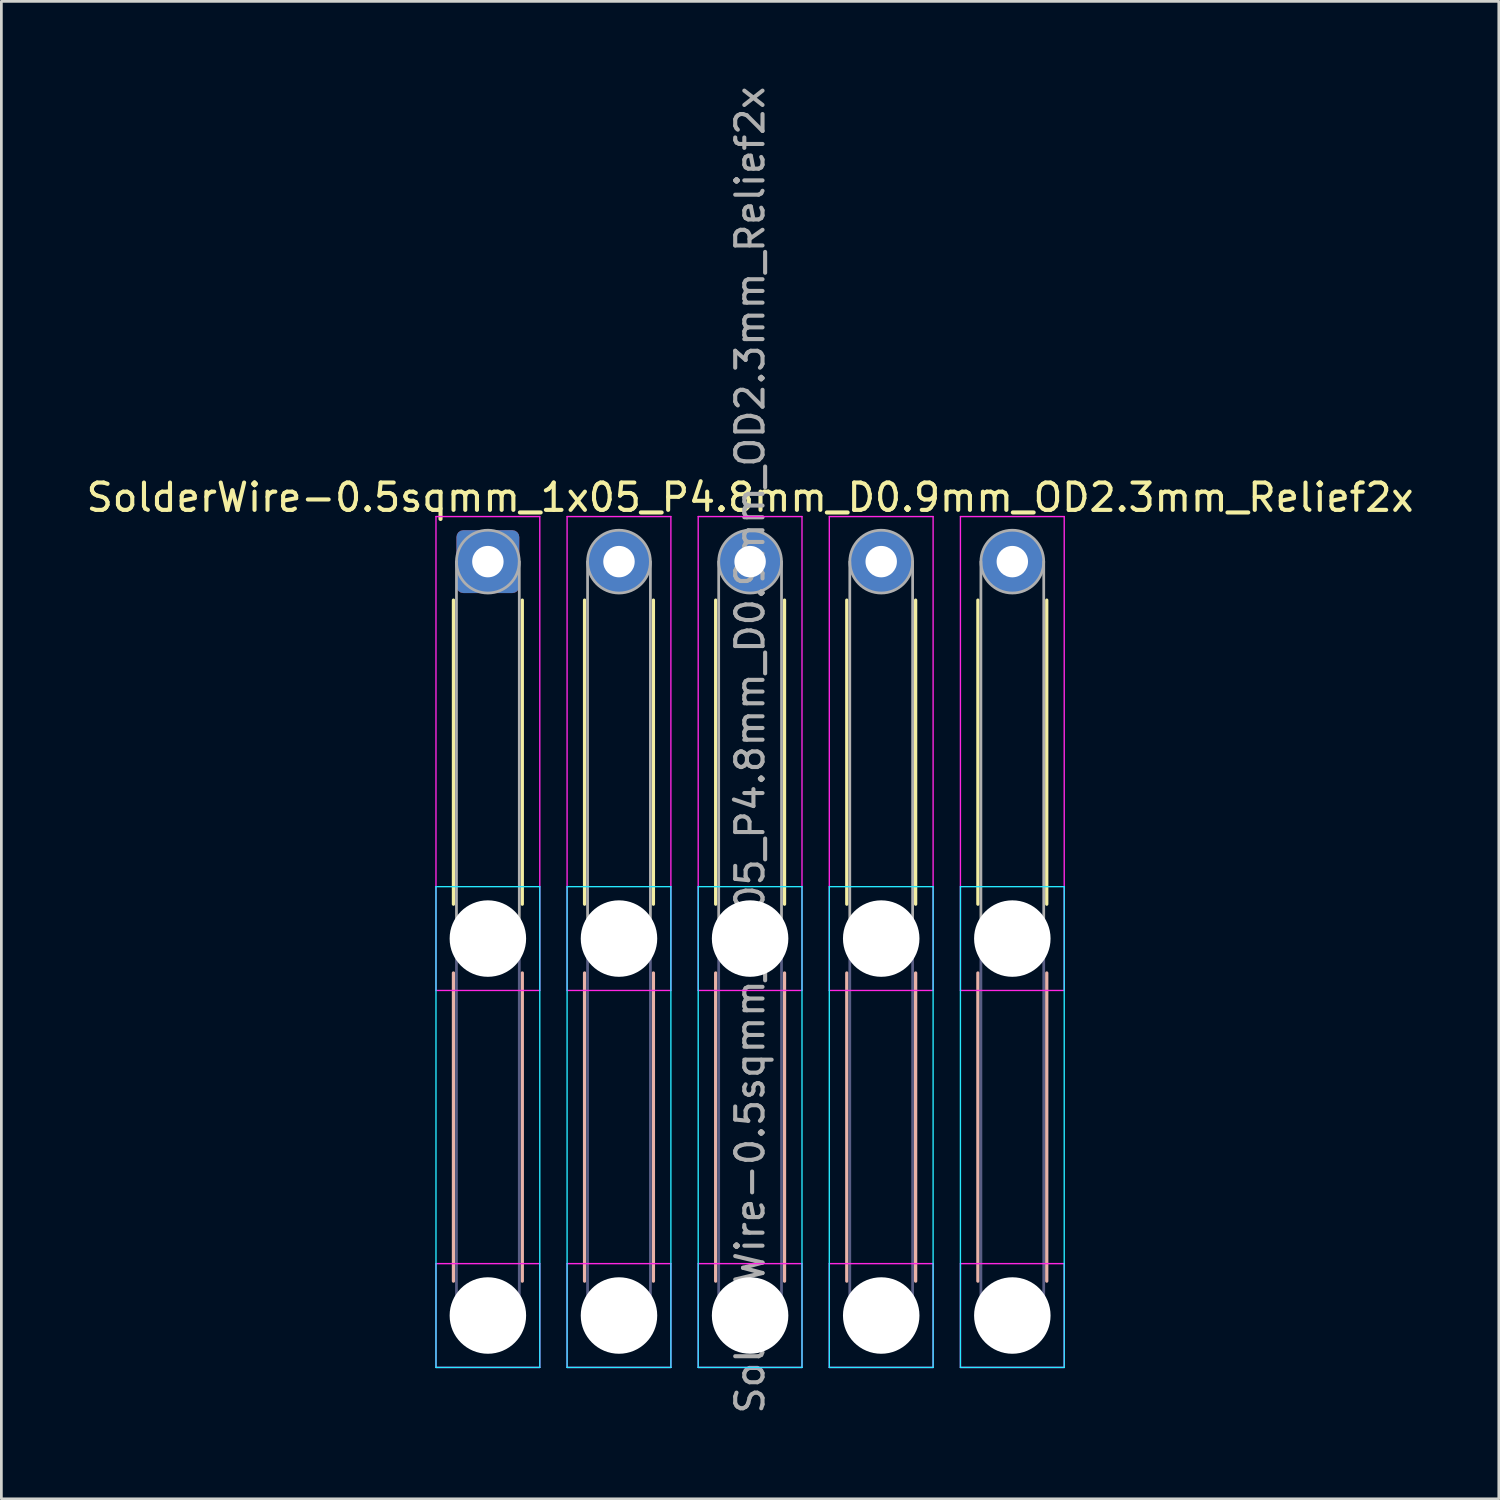
<source format=kicad_pcb>
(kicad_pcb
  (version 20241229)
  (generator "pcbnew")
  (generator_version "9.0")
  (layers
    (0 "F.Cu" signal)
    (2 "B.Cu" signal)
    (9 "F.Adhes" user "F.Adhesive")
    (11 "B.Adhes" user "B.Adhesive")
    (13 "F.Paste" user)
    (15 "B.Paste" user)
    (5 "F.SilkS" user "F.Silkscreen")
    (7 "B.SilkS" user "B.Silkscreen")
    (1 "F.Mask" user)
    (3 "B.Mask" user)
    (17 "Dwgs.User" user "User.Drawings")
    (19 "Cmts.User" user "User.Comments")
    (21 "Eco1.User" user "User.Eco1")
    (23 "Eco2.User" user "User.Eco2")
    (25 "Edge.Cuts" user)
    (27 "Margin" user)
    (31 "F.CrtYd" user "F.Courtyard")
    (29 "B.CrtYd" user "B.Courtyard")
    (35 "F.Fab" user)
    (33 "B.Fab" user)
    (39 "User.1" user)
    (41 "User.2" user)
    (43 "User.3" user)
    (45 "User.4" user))
  (footprint "SolderWire-0.5sqmm_1x05_P4.8mm_D0.9mm_OD2.3mm_Relief2x"
    (layer "F.Cu")
    (at 14.811 17.511)
    (property "Reference" "SolderWire-0.5sqmm_1x05_P4.8mm_D0.9mm_OD2.3mm_Relief2x" (at 9.6 -2.35 0) (layer "F.SilkS") (effects (font (size 1 1) (thickness 0.15))))
    (attr exclude_from_pos_files exclude_from_bom)
    (fp_line (start -1.26 1.41) (end -1.26 12.54) (stroke (width 0.12) (type solid)) (layer "F.SilkS"))
    (fp_line (start 1.26 1.41) (end 1.26 12.54) (stroke (width 0.12) (type solid)) (layer "F.SilkS"))
    (fp_line (start 3.54 1.41) (end 3.54 12.54) (stroke (width 0.12) (type solid)) (layer "F.SilkS"))
    (fp_line (start 6.06 1.41) (end 6.06 12.54) (stroke (width 0.12) (type solid)) (layer "F.SilkS"))
    (fp_line (start 8.34 1.41) (end 8.34 12.54) (stroke (width 0.12) (type solid)) (layer "F.SilkS"))
    (fp_line (start 10.86 1.41) (end 10.86 12.54) (stroke (width 0.12) (type solid)) (layer "F.SilkS"))
    (fp_line (start 13.14 1.41) (end 13.14 12.54) (stroke (width 0.12) (type solid)) (layer "F.SilkS"))
    (fp_line (start 15.66 1.41) (end 15.66 12.54) (stroke (width 0.12) (type solid)) (layer "F.SilkS"))
    (fp_line (start 17.94 1.41) (end 17.94 12.54) (stroke (width 0.12) (type solid)) (layer "F.SilkS"))
    (fp_line (start 20.46 1.41) (end 20.46 12.54) (stroke (width 0.12) (type solid)) (layer "F.SilkS"))
    (fp_line (start -1.26 15.06) (end -1.26 26.34) (stroke (width 0.12) (type solid)) (layer "B.SilkS"))
    (fp_line (start 1.26 15.06) (end 1.26 26.34) (stroke (width 0.12) (type solid)) (layer "B.SilkS"))
    (fp_line (start 3.54 15.06) (end 3.54 26.34) (stroke (width 0.12) (type solid)) (layer "B.SilkS"))
    (fp_line (start 6.06 15.06) (end 6.06 26.34) (stroke (width 0.12) (type solid)) (layer "B.SilkS"))
    (fp_line (start 8.34 15.06) (end 8.34 26.34) (stroke (width 0.12) (type solid)) (layer "B.SilkS"))
    (fp_line (start 10.86 15.06) (end 10.86 26.34) (stroke (width 0.12) (type solid)) (layer "B.SilkS"))
    (fp_line (start 13.14 15.06) (end 13.14 26.34) (stroke (width 0.12) (type solid)) (layer "B.SilkS"))
    (fp_line (start 15.66 15.06) (end 15.66 26.34) (stroke (width 0.12) (type solid)) (layer "B.SilkS"))
    (fp_line (start 17.94 15.06) (end 17.94 26.34) (stroke (width 0.12) (type solid)) (layer "B.SilkS"))
    (fp_line (start 20.46 15.06) (end 20.46 26.34) (stroke (width 0.12) (type solid)) (layer "B.SilkS"))
    (fp_line (start -1.9 11.9) (end -1.9 29.5) (stroke (width 0.05) (type solid)) (layer "B.CrtYd"))
    (fp_line (start -1.9 29.5) (end 1.9 29.5) (stroke (width 0.05) (type solid)) (layer "B.CrtYd"))
    (fp_line (start 1.9 11.9) (end -1.9 11.9) (stroke (width 0.05) (type solid)) (layer "B.CrtYd"))
    (fp_line (start 1.9 29.5) (end 1.9 11.9) (stroke (width 0.05) (type solid)) (layer "B.CrtYd"))
    (fp_line (start 2.9 11.9) (end 2.9 29.5) (stroke (width 0.05) (type solid)) (layer "B.CrtYd"))
    (fp_line (start 2.9 29.5) (end 6.7 29.5) (stroke (width 0.05) (type solid)) (layer "B.CrtYd"))
    (fp_line (start 6.7 11.9) (end 2.9 11.9) (stroke (width 0.05) (type solid)) (layer "B.CrtYd"))
    (fp_line (start 6.7 29.5) (end 6.7 11.9) (stroke (width 0.05) (type solid)) (layer "B.CrtYd"))
    (fp_line (start 7.7 11.9) (end 7.7 29.5) (stroke (width 0.05) (type solid)) (layer "B.CrtYd"))
    (fp_line (start 7.7 29.5) (end 11.5 29.5) (stroke (width 0.05) (type solid)) (layer "B.CrtYd"))
    (fp_line (start 11.5 11.9) (end 7.7 11.9) (stroke (width 0.05) (type solid)) (layer "B.CrtYd"))
    (fp_line (start 11.5 29.5) (end 11.5 11.9) (stroke (width 0.05) (type solid)) (layer "B.CrtYd"))
    (fp_line (start 12.5 11.9) (end 12.5 29.5) (stroke (width 0.05) (type solid)) (layer "B.CrtYd"))
    (fp_line (start 12.5 29.5) (end 16.3 29.5) (stroke (width 0.05) (type solid)) (layer "B.CrtYd"))
    (fp_line (start 16.3 11.9) (end 12.5 11.9) (stroke (width 0.05) (type solid)) (layer "B.CrtYd"))
    (fp_line (start 16.3 29.5) (end 16.3 11.9) (stroke (width 0.05) (type solid)) (layer "B.CrtYd"))
    (fp_line (start 17.3 11.9) (end 17.3 29.5) (stroke (width 0.05) (type solid)) (layer "B.CrtYd"))
    (fp_line (start 17.3 29.5) (end 21.1 29.5) (stroke (width 0.05) (type solid)) (layer "B.CrtYd"))
    (fp_line (start 21.1 11.9) (end 17.3 11.9) (stroke (width 0.05) (type solid)) (layer "B.CrtYd"))
    (fp_line (start 21.1 29.5) (end 21.1 11.9) (stroke (width 0.05) (type solid)) (layer "B.CrtYd"))
    (fp_line (start -1.9 -1.65) (end -1.9 15.7) (stroke (width 0.05) (type solid)) (layer "F.CrtYd"))
    (fp_line (start -1.9 15.7) (end 1.9 15.7) (stroke (width 0.05) (type solid)) (layer "F.CrtYd"))
    (fp_line (start -1.9 25.7) (end -1.9 29.5) (stroke (width 0.05) (type solid)) (layer "F.CrtYd"))
    (fp_line (start -1.9 29.5) (end 1.9 29.5) (stroke (width 0.05) (type solid)) (layer "F.CrtYd"))
    (fp_line (start 1.9 -1.65) (end -1.9 -1.65) (stroke (width 0.05) (type solid)) (layer "F.CrtYd"))
    (fp_line (start 1.9 15.7) (end 1.9 -1.65) (stroke (width 0.05) (type solid)) (layer "F.CrtYd"))
    (fp_line (start 1.9 25.7) (end -1.9 25.7) (stroke (width 0.05) (type solid)) (layer "F.CrtYd"))
    (fp_line (start 1.9 29.5) (end 1.9 25.7) (stroke (width 0.05) (type solid)) (layer "F.CrtYd"))
    (fp_line (start 2.9 -1.65) (end 2.9 15.7) (stroke (width 0.05) (type solid)) (layer "F.CrtYd"))
    (fp_line (start 2.9 15.7) (end 6.7 15.7) (stroke (width 0.05) (type solid)) (layer "F.CrtYd"))
    (fp_line (start 2.9 25.7) (end 2.9 29.5) (stroke (width 0.05) (type solid)) (layer "F.CrtYd"))
    (fp_line (start 2.9 29.5) (end 6.7 29.5) (stroke (width 0.05) (type solid)) (layer "F.CrtYd"))
    (fp_line (start 6.7 -1.65) (end 2.9 -1.65) (stroke (width 0.05) (type solid)) (layer "F.CrtYd"))
    (fp_line (start 6.7 15.7) (end 6.7 -1.65) (stroke (width 0.05) (type solid)) (layer "F.CrtYd"))
    (fp_line (start 6.7 25.7) (end 2.9 25.7) (stroke (width 0.05) (type solid)) (layer "F.CrtYd"))
    (fp_line (start 6.7 29.5) (end 6.7 25.7) (stroke (width 0.05) (type solid)) (layer "F.CrtYd"))
    (fp_line (start 7.7 -1.65) (end 7.7 15.7) (stroke (width 0.05) (type solid)) (layer "F.CrtYd"))
    (fp_line (start 7.7 15.7) (end 11.5 15.7) (stroke (width 0.05) (type solid)) (layer "F.CrtYd"))
    (fp_line (start 7.7 25.7) (end 7.7 29.5) (stroke (width 0.05) (type solid)) (layer "F.CrtYd"))
    (fp_line (start 7.7 29.5) (end 11.5 29.5) (stroke (width 0.05) (type solid)) (layer "F.CrtYd"))
    (fp_line (start 11.5 -1.65) (end 7.7 -1.65) (stroke (width 0.05) (type solid)) (layer "F.CrtYd"))
    (fp_line (start 11.5 15.7) (end 11.5 -1.65) (stroke (width 0.05) (type solid)) (layer "F.CrtYd"))
    (fp_line (start 11.5 25.7) (end 7.7 25.7) (stroke (width 0.05) (type solid)) (layer "F.CrtYd"))
    (fp_line (start 11.5 29.5) (end 11.5 25.7) (stroke (width 0.05) (type solid)) (layer "F.CrtYd"))
    (fp_line (start 12.5 -1.65) (end 12.5 15.7) (stroke (width 0.05) (type solid)) (layer "F.CrtYd"))
    (fp_line (start 12.5 15.7) (end 16.3 15.7) (stroke (width 0.05) (type solid)) (layer "F.CrtYd"))
    (fp_line (start 12.5 25.7) (end 12.5 29.5) (stroke (width 0.05) (type solid)) (layer "F.CrtYd"))
    (fp_line (start 12.5 29.5) (end 16.3 29.5) (stroke (width 0.05) (type solid)) (layer "F.CrtYd"))
    (fp_line (start 16.3 -1.65) (end 12.5 -1.65) (stroke (width 0.05) (type solid)) (layer "F.CrtYd"))
    (fp_line (start 16.3 15.7) (end 16.3 -1.65) (stroke (width 0.05) (type solid)) (layer "F.CrtYd"))
    (fp_line (start 16.3 25.7) (end 12.5 25.7) (stroke (width 0.05) (type solid)) (layer "F.CrtYd"))
    (fp_line (start 16.3 29.5) (end 16.3 25.7) (stroke (width 0.05) (type solid)) (layer "F.CrtYd"))
    (fp_line (start 17.3 -1.65) (end 17.3 15.7) (stroke (width 0.05) (type solid)) (layer "F.CrtYd"))
    (fp_line (start 17.3 15.7) (end 21.1 15.7) (stroke (width 0.05) (type solid)) (layer "F.CrtYd"))
    (fp_line (start 17.3 25.7) (end 17.3 29.5) (stroke (width 0.05) (type solid)) (layer "F.CrtYd"))
    (fp_line (start 17.3 29.5) (end 21.1 29.5) (stroke (width 0.05) (type solid)) (layer "F.CrtYd"))
    (fp_line (start 21.1 -1.65) (end 17.3 -1.65) (stroke (width 0.05) (type solid)) (layer "F.CrtYd"))
    (fp_line (start 21.1 15.7) (end 21.1 -1.65) (stroke (width 0.05) (type solid)) (layer "F.CrtYd"))
    (fp_line (start 21.1 25.7) (end 17.3 25.7) (stroke (width 0.05) (type solid)) (layer "F.CrtYd"))
    (fp_line (start 21.1 29.5) (end 21.1 25.7) (stroke (width 0.05) (type solid)) (layer "F.CrtYd"))
    (fp_line (start -1.15 13.8) (end -1.15 27.6) (stroke (width 0.1) (type solid)) (layer "B.Fab"))
    (fp_line (start 1.15 13.8) (end 1.15 27.6) (stroke (width 0.1) (type solid)) (layer "B.Fab"))
    (fp_line (start 3.65 13.8) (end 3.65 27.6) (stroke (width 0.1) (type solid)) (layer "B.Fab"))
    (fp_line (start 5.95 13.8) (end 5.95 27.6) (stroke (width 0.1) (type solid)) (layer "B.Fab"))
    (fp_line (start 8.45 13.8) (end 8.45 27.6) (stroke (width 0.1) (type solid)) (layer "B.Fab"))
    (fp_line (start 10.75 13.8) (end 10.75 27.6) (stroke (width 0.1) (type solid)) (layer "B.Fab"))
    (fp_line (start 13.25 13.8) (end 13.25 27.6) (stroke (width 0.1) (type solid)) (layer "B.Fab"))
    (fp_line (start 15.55 13.8) (end 15.55 27.6) (stroke (width 0.1) (type solid)) (layer "B.Fab"))
    (fp_line (start 18.05 13.8) (end 18.05 27.6) (stroke (width 0.1) (type solid)) (layer "B.Fab"))
    (fp_line (start 20.35 13.8) (end 20.35 27.6) (stroke (width 0.1) (type solid)) (layer "B.Fab"))
    (fp_circle (center 0 13.8) (end 1.15 13.8) (stroke (width 0.1) (type solid)) (fill no) (layer "B.Fab"))
    (fp_circle (center 0 27.6) (end 1.15 27.6) (stroke (width 0.1) (type solid)) (fill no) (layer "B.Fab"))
    (fp_circle (center 4.8 13.8) (end 5.95 13.8) (stroke (width 0.1) (type solid)) (fill no) (layer "B.Fab"))
    (fp_circle (center 4.8 27.6) (end 5.95 27.6) (stroke (width 0.1) (type solid)) (fill no) (layer "B.Fab"))
    (fp_circle (center 9.6 13.8) (end 10.75 13.8) (stroke (width 0.1) (type solid)) (fill no) (layer "B.Fab"))
    (fp_circle (center 9.6 27.6) (end 10.75 27.6) (stroke (width 0.1) (type solid)) (fill no) (layer "B.Fab"))
    (fp_circle (center 14.4 13.8) (end 15.55 13.8) (stroke (width 0.1) (type solid)) (fill no) (layer "B.Fab"))
    (fp_circle (center 14.4 27.6) (end 15.55 27.6) (stroke (width 0.1) (type solid)) (fill no) (layer "B.Fab"))
    (fp_circle (center 19.2 13.8) (end 20.35 13.8) (stroke (width 0.1) (type solid)) (fill no) (layer "B.Fab"))
    (fp_circle (center 19.2 27.6) (end 20.35 27.6) (stroke (width 0.1) (type solid)) (fill no) (layer "B.Fab"))
    (fp_line (start -1.15 0) (end -1.15 13.8) (stroke (width 0.1) (type solid)) (layer "F.Fab"))
    (fp_line (start 1.15 0) (end 1.15 13.8) (stroke (width 0.1) (type solid)) (layer "F.Fab"))
    (fp_line (start 3.65 0) (end 3.65 13.8) (stroke (width 0.1) (type solid)) (layer "F.Fab"))
    (fp_line (start 5.95 0) (end 5.95 13.8) (stroke (width 0.1) (type solid)) (layer "F.Fab"))
    (fp_line (start 8.45 0) (end 8.45 13.8) (stroke (width 0.1) (type solid)) (layer "F.Fab"))
    (fp_line (start 10.75 0) (end 10.75 13.8) (stroke (width 0.1) (type solid)) (layer "F.Fab"))
    (fp_line (start 13.25 0) (end 13.25 13.8) (stroke (width 0.1) (type solid)) (layer "F.Fab"))
    (fp_line (start 15.55 0) (end 15.55 13.8) (stroke (width 0.1) (type solid)) (layer "F.Fab"))
    (fp_line (start 18.05 0) (end 18.05 13.8) (stroke (width 0.1) (type solid)) (layer "F.Fab"))
    (fp_line (start 20.35 0) (end 20.35 13.8) (stroke (width 0.1) (type solid)) (layer "F.Fab"))
    (fp_circle (center 0 0) (end 1.15 0) (stroke (width 0.1) (type solid)) (fill no) (layer "F.Fab"))
    (fp_circle (center 0 13.8) (end 1.15 13.8) (stroke (width 0.1) (type solid)) (fill no) (layer "F.Fab"))
    (fp_circle (center 0 27.6) (end 1.15 27.6) (stroke (width 0.1) (type solid)) (fill no) (layer "F.Fab"))
    (fp_circle (center 4.8 0) (end 5.95 0) (stroke (width 0.1) (type solid)) (fill no) (layer "F.Fab"))
    (fp_circle (center 4.8 13.8) (end 5.95 13.8) (stroke (width 0.1) (type solid)) (fill no) (layer "F.Fab"))
    (fp_circle (center 4.8 27.6) (end 5.95 27.6) (stroke (width 0.1) (type solid)) (fill no) (layer "F.Fab"))
    (fp_circle (center 9.6 0) (end 10.75 0) (stroke (width 0.1) (type solid)) (fill no) (layer "F.Fab"))
    (fp_circle (center 9.6 13.8) (end 10.75 13.8) (stroke (width 0.1) (type solid)) (fill no) (layer "F.Fab"))
    (fp_circle (center 9.6 27.6) (end 10.75 27.6) (stroke (width 0.1) (type solid)) (fill no) (layer "F.Fab"))
    (fp_circle (center 14.4 0) (end 15.55 0) (stroke (width 0.1) (type solid)) (fill no) (layer "F.Fab"))
    (fp_circle (center 14.4 13.8) (end 15.55 13.8) (stroke (width 0.1) (type solid)) (fill no) (layer "F.Fab"))
    (fp_circle (center 14.4 27.6) (end 15.55 27.6) (stroke (width 0.1) (type solid)) (fill no) (layer "F.Fab"))
    (fp_circle (center 19.2 0) (end 20.35 0) (stroke (width 0.1) (type solid)) (fill no) (layer "F.Fab"))
    (fp_circle (center 19.2 13.8) (end 20.35 13.8) (stroke (width 0.1) (type solid)) (fill no) (layer "F.Fab"))
    (fp_circle (center 19.2 27.6) (end 20.35 27.6) (stroke (width 0.1) (type solid)) (fill no) (layer "F.Fab"))
    (fp_text user "${REFERENCE}" (at 9.6 6.9 90) (layer "F.Fab") (effects (font (size 1 1) (thickness 0.15))))
    (pad "" np_thru_hole circle (at 0 13.8) (size 2.8 2.8) (drill 2.8) (layers "*.Cu" "*.Mask"))
    (pad "" np_thru_hole circle (at 0 27.6) (size 2.8 2.8) (drill 2.8) (layers "*.Cu" "*.Mask"))
    (pad "" np_thru_hole circle (at 4.8 13.8) (size 2.8 2.8) (drill 2.8) (layers "*.Cu" "*.Mask"))
    (pad "" np_thru_hole circle (at 4.8 27.6) (size 2.8 2.8) (drill 2.8) (layers "*.Cu" "*.Mask"))
    (pad "" np_thru_hole circle (at 9.6 13.8) (size 2.8 2.8) (drill 2.8) (layers "*.Cu" "*.Mask"))
    (pad "" np_thru_hole circle (at 9.6 27.6) (size 2.8 2.8) (drill 2.8) (layers "*.Cu" "*.Mask"))
    (pad "" np_thru_hole circle (at 14.4 13.8) (size 2.8 2.8) (drill 2.8) (layers "*.Cu" "*.Mask"))
    (pad "" np_thru_hole circle (at 14.4 27.6) (size 2.8 2.8) (drill 2.8) (layers "*.Cu" "*.Mask"))
    (pad "" np_thru_hole circle (at 19.2 13.8) (size 2.8 2.8) (drill 2.8) (layers "*.Cu" "*.Mask"))
    (pad "" np_thru_hole circle (at 19.2 27.6) (size 2.8 2.8) (drill 2.8) (layers "*.Cu" "*.Mask"))
    (pad "1" thru_hole roundrect (at 0 0) (size 2.3 2.3) (drill 1.15) (layers "*.Cu" "*.Mask") (roundrect_rratio 0.109))
    (pad "2" thru_hole circle (at 4.8 0) (size 2.3 2.3) (drill 1.15) (layers "*.Cu" "*.Mask"))
    (pad "3" thru_hole circle (at 9.6 0) (size 2.3 2.3) (drill 1.15) (layers "*.Cu" "*.Mask"))
    (pad "4" thru_hole circle (at 14.4 0) (size 2.3 2.3) (drill 1.15) (layers "*.Cu" "*.Mask"))
    (pad "5" thru_hole circle (at 19.2 0) (size 2.3 2.3) (drill 1.15) (layers "*.Cu" "*.Mask")))
  (gr_rect
    (start -3 -3)
    (end 51.821 51.821)
    (stroke (width 0.1) (type default))
    (fill no)
    (layer "Edge.Cuts")))
</source>
